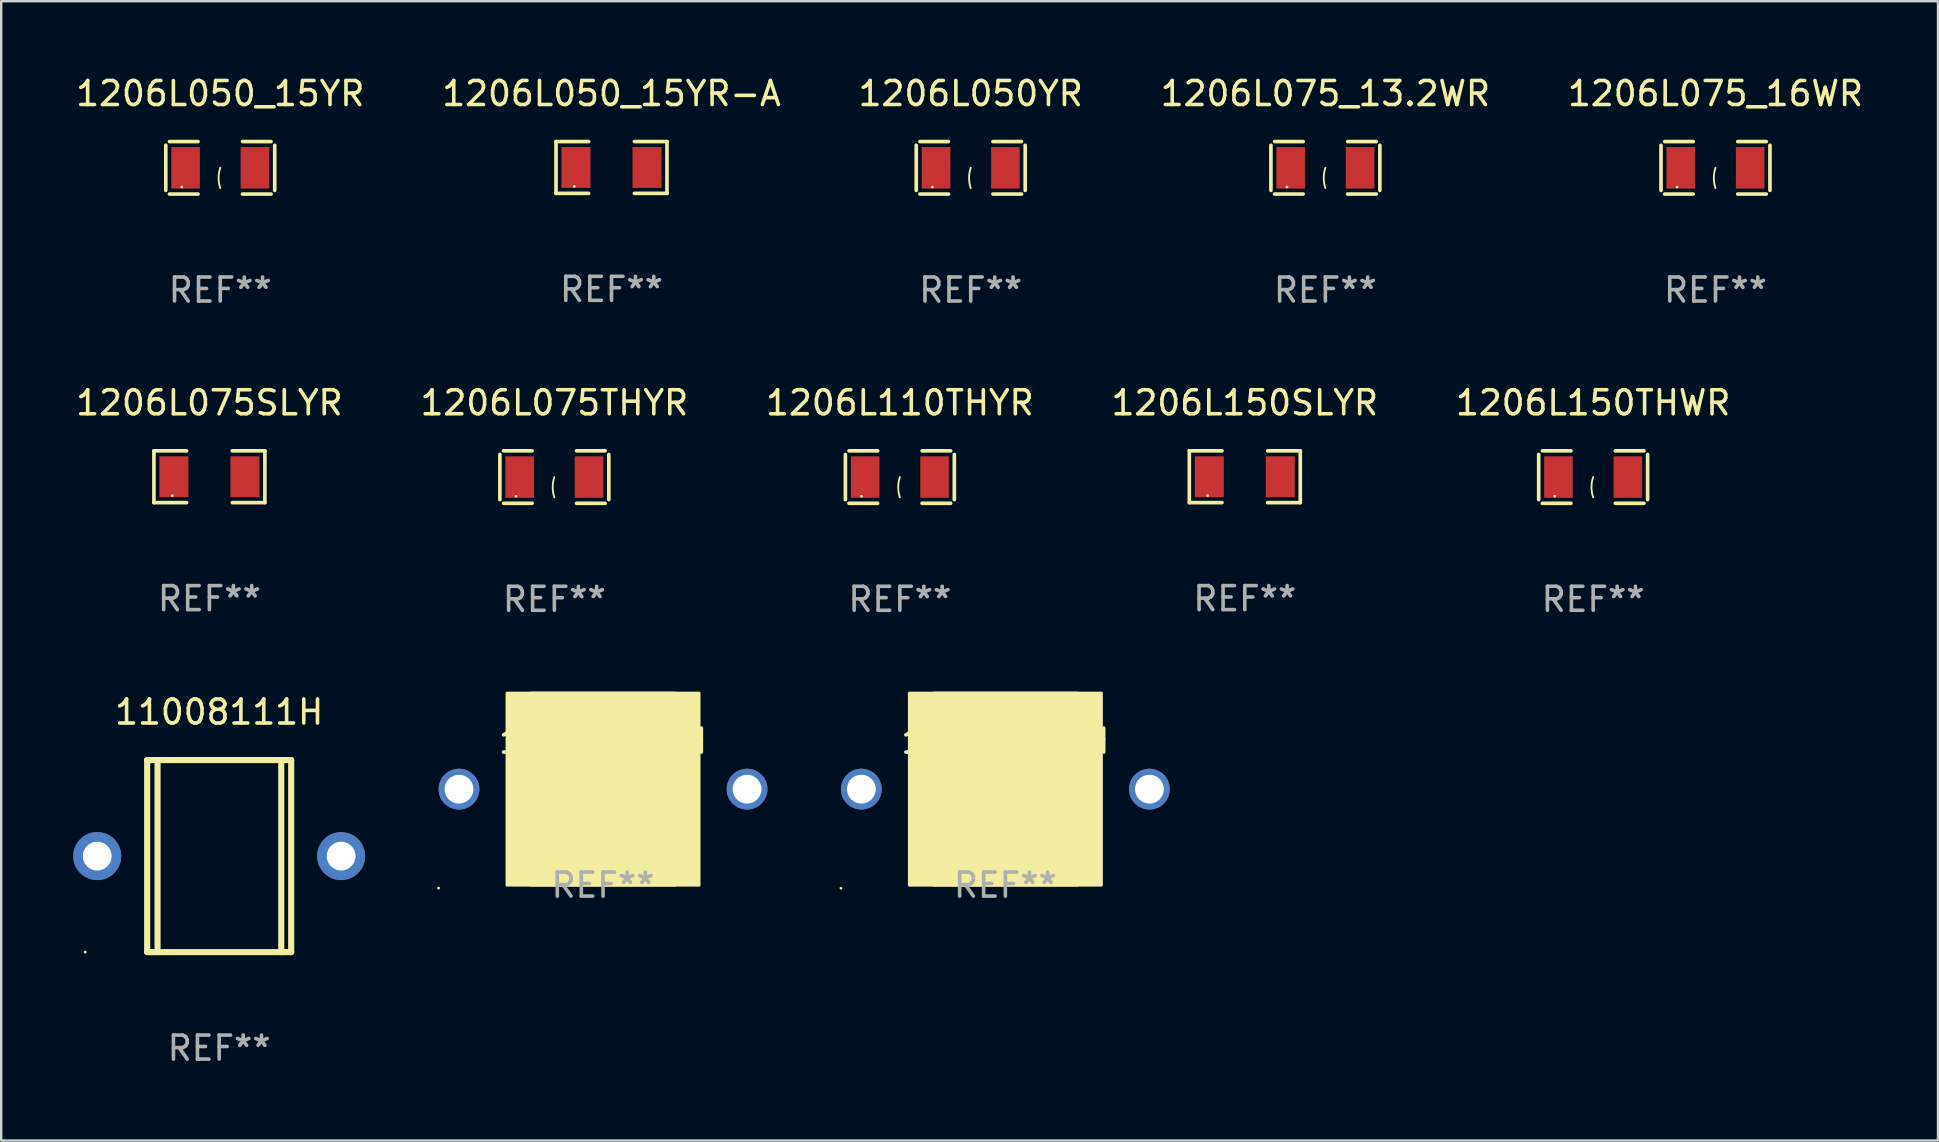
<source format=kicad_pcb>
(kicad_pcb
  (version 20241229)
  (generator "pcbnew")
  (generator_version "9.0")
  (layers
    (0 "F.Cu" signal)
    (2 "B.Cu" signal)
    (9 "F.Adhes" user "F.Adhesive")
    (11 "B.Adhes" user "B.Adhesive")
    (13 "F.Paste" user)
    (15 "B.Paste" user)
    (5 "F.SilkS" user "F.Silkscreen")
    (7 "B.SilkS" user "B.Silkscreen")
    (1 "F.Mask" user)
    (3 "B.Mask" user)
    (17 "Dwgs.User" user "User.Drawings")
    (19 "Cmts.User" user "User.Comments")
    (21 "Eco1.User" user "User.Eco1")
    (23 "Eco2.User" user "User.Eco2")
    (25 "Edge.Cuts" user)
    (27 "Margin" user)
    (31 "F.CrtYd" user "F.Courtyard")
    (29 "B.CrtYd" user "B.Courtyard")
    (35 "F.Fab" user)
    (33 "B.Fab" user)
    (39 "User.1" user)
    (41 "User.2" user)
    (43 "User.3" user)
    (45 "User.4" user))
  (footprint "1206L050_15YR-A"
    (layer "F.Cu")
    (at 22.423 3.927)
    (property "Reference" "1206L050_15YR-A" (at 0 -3.079 0) (layer "F.SilkS") (effects (font (size 1 1) (thickness 0.15))))
    (attr through_hole)
    (fp_line (start -2.311 -1.079) (end -0.951 -1.079) (stroke (width 0.152) (type solid)) (layer "F.SilkS"))
    (fp_line (start -2.311 1.079) (end -2.311 -1.079) (stroke (width 0.152) (type solid)) (layer "F.SilkS"))
    (fp_line (start -0.951 1.079) (end -2.311 1.079) (stroke (width 0.152) (type solid)) (layer "F.SilkS"))
    (fp_line (start 0.951 1.079) (end 2.311 1.079) (stroke (width 0.152) (type solid)) (layer "F.SilkS"))
    (fp_line (start 2.311 -1.079) (end 0.951 -1.079) (stroke (width 0.152) (type solid)) (layer "F.SilkS"))
    (fp_line (start 2.311 1.079) (end 2.311 -1.079) (stroke (width 0.152) (type solid)) (layer "F.SilkS"))
    (fp_circle (center -1.55 0.787) (end -1.52 0.787) (stroke (width 0.06) (type solid)) (fill no) (layer "F.SilkS"))
    (fp_text user "REF**" (at 0 5.079 0) (layer "F.Fab") (effects (font (size 1 1) (thickness 0.15))))
    (pad "1" smd rect (at -1.479 0) (size 1.208 1.701) (layers "F.Cu" "F.Mask" "F.Paste"))
    (pad "2" smd rect (at 1.479 0) (size 1.208 1.701) (layers "F.Cu" "F.Mask" "F.Paste")))
  (footprint "11010724H"
    (layer "F.Cu")
    (at 38.83 29.823)
    (property "Reference" "11010724H" (at 0 -2 0) (layer "F.SilkS") (effects (font (size 1 1) (thickness 0.15))))
    (attr through_hole)
    (fp_circle (center -6.85 4.127) (end -6.82 4.127) (stroke (width 0.06) (type solid)) (fill no) (layer "F.SilkS"))
    (fp_poly (pts (xy -4 -4) (xy 4 -4) (xy 4 4) (xy -4 4)) (stroke (width 0.12) (type solid)) (fill yes) (layer "F.SilkS"))
    (fp_poly (pts (xy -3 -4) (xy 3 -4) (xy 3 4) (xy -3 4)) (stroke (width 0.12) (type solid)) (fill yes) (layer "F.SilkS"))
    (fp_text user "REF**" (at 0 4 0) (layer "F.Fab") (effects (font (size 1 1) (thickness 0.15))))
    (pad "1" thru_hole circle (at -6 0) (size 1.7 1.7) (drill 1.2) (layers "*.Cu" "*.Mask"))
    (pad "2" thru_hole circle (at 6 0) (size 1.7 1.7) (drill 1.2) (layers "*.Cu" "*.Mask")))
  (footprint "1206L075_16WR"
    (layer "F.Cu")
    (at 68.411 3.941)
    (property "Reference" "1206L075_16WR" (at 0 -3.093 0) (layer "F.SilkS") (effects (font (size 1 1) (thickness 0.15))))
    (attr through_hole)
    (fp_line (start -2.269 -0.94) (end -2.269 0.94) (stroke (width 0.152) (type solid)) (layer "F.SilkS"))
    (fp_line (start -2.116 1.093) (end -0.926 1.093) (stroke (width 0.152) (type solid)) (layer "F.SilkS"))
    (fp_line (start -0.926 -1.093) (end -2.116 -1.093) (stroke (width 0.152) (type solid)) (layer "F.SilkS"))
    (fp_line (start 0.926 -1.093) (end 2.116 -1.093) (stroke (width 0.152) (type solid)) (layer "F.SilkS"))
    (fp_line (start 2.116 1.093) (end 0.926 1.093) (stroke (width 0.152) (type solid)) (layer "F.SilkS"))
    (fp_line (start 2.269 -0.94) (end 2.269 0.94) (stroke (width 0.152) (type solid)) (layer "F.SilkS"))
    (fp_arc (start 0 0.844951) (mid -0.068559 0.422475) (end 0 0) (stroke (width 0.0762) (type solid)) (layer "F.SilkS"))
    (fp_circle (center -1.6 0.8) (end -1.57 0.8) (stroke (width 0.06) (type solid)) (fill no) (layer "F.SilkS"))
    (fp_text user "REF**" (at 0 5.093 0) (layer "F.Fab") (effects (font (size 1 1) (thickness 0.15))))
    (pad "1" smd rect (at -1.445 0) (size 1.19 1.728) (layers "F.Cu" "F.Mask" "F.Paste"))
    (pad "2" smd rect (at 1.445 0) (size 1.19 1.728) (layers "F.Cu" "F.Mask" "F.Paste")))
  (footprint "1206L075_13.2WR"
    (layer "F.Cu")
    (at 52.161 3.941)
    (property "Reference" "1206L075_13.2WR" (at 0 -3.093 0) (layer "F.SilkS") (effects (font (size 1 1) (thickness 0.15))))
    (attr through_hole)
    (fp_line (start -2.269 -0.94) (end -2.269 0.94) (stroke (width 0.152) (type solid)) (layer "F.SilkS"))
    (fp_line (start -2.116 1.093) (end -0.926 1.093) (stroke (width 0.152) (type solid)) (layer "F.SilkS"))
    (fp_line (start -0.926 -1.093) (end -2.116 -1.093) (stroke (width 0.152) (type solid)) (layer "F.SilkS"))
    (fp_line (start 0.926 -1.093) (end 2.116 -1.093) (stroke (width 0.152) (type solid)) (layer "F.SilkS"))
    (fp_line (start 2.116 1.093) (end 0.926 1.093) (stroke (width 0.152) (type solid)) (layer "F.SilkS"))
    (fp_line (start 2.269 -0.94) (end 2.269 0.94) (stroke (width 0.152) (type solid)) (layer "F.SilkS"))
    (fp_arc (start 0 0.844951) (mid -0.068559 0.422475) (end 0 0) (stroke (width 0.0762) (type solid)) (layer "F.SilkS"))
    (fp_circle (center -1.6 0.8) (end -1.57 0.8) (stroke (width 0.06) (type solid)) (fill no) (layer "F.SilkS"))
    (fp_text user "REF**" (at 0 5.093 0) (layer "F.Fab") (effects (font (size 1 1) (thickness 0.15))))
    (pad "1" smd rect (at -1.445 0) (size 1.19 1.728) (layers "F.Cu" "F.Mask" "F.Paste"))
    (pad "2" smd rect (at 1.445 0) (size 1.19 1.728) (layers "F.Cu" "F.Mask" "F.Paste")))
  (footprint "1206L150SLYR"
    (layer "F.Cu")
    (at 48.804 16.809)
    (property "Reference" "1206L150SLYR" (at 0 -3.079 0) (layer "F.SilkS") (effects (font (size 1 1) (thickness 0.15))))
    (attr through_hole)
    (fp_line (start -2.311 -1.079) (end -0.951 -1.079) (stroke (width 0.152) (type solid)) (layer "F.SilkS"))
    (fp_line (start -2.311 1.079) (end -2.311 -1.079) (stroke (width 0.152) (type solid)) (layer "F.SilkS"))
    (fp_line (start -0.951 1.079) (end -2.311 1.079) (stroke (width 0.152) (type solid)) (layer "F.SilkS"))
    (fp_line (start 0.951 1.079) (end 2.311 1.079) (stroke (width 0.152) (type solid)) (layer "F.SilkS"))
    (fp_line (start 2.311 -1.079) (end 0.951 -1.079) (stroke (width 0.152) (type solid)) (layer "F.SilkS"))
    (fp_line (start 2.311 1.079) (end 2.311 -1.079) (stroke (width 0.152) (type solid)) (layer "F.SilkS"))
    (fp_circle (center -1.55 0.787) (end -1.52 0.787) (stroke (width 0.06) (type solid)) (fill no) (layer "F.SilkS"))
    (fp_text user "REF**" (at 0 5.079 0) (layer "F.Fab") (effects (font (size 1 1) (thickness 0.15))))
    (pad "1" smd rect (at -1.479 0) (size 1.208 1.701) (layers "F.Cu" "F.Mask" "F.Paste"))
    (pad "2" smd rect (at 1.479 0) (size 1.208 1.701) (layers "F.Cu" "F.Mask" "F.Paste")))
  (footprint "1206L050_15YR"
    (layer "F.Cu")
    (at 6.125 3.941)
    (property "Reference" "1206L050_15YR" (at 0 -3.093 0) (layer "F.SilkS") (effects (font (size 1 1) (thickness 0.15))))
    (attr through_hole)
    (fp_line (start -2.269 -0.94) (end -2.269 0.94) (stroke (width 0.152) (type solid)) (layer "F.SilkS"))
    (fp_line (start -2.116 1.093) (end -0.926 1.093) (stroke (width 0.152) (type solid)) (layer "F.SilkS"))
    (fp_line (start -0.926 -1.093) (end -2.116 -1.093) (stroke (width 0.152) (type solid)) (layer "F.SilkS"))
    (fp_line (start 0.926 -1.093) (end 2.116 -1.093) (stroke (width 0.152) (type solid)) (layer "F.SilkS"))
    (fp_line (start 2.116 1.093) (end 0.926 1.093) (stroke (width 0.152) (type solid)) (layer "F.SilkS"))
    (fp_line (start 2.269 -0.94) (end 2.269 0.94) (stroke (width 0.152) (type solid)) (layer "F.SilkS"))
    (fp_arc (start 0 0.844951) (mid -0.068559 0.422475) (end 0 0) (stroke (width 0.0762) (type solid)) (layer "F.SilkS"))
    (fp_circle (center -1.6 0.8) (end -1.57 0.8) (stroke (width 0.06) (type solid)) (fill no) (layer "F.SilkS"))
    (fp_text user "REF**" (at 0 5.093 0) (layer "F.Fab") (effects (font (size 1 1) (thickness 0.15))))
    (pad "1" smd rect (at -1.445 0) (size 1.19 1.728) (layers "F.Cu" "F.Mask" "F.Paste"))
    (pad "2" smd rect (at 1.445 0) (size 1.19 1.728) (layers "F.Cu" "F.Mask" "F.Paste")))
  (footprint "11008111H"
    (layer "F.Cu")
    (at 6.08 32.612)
    (property "Reference" "11008111H" (at 0 -6 0) (layer "F.SilkS") (effects (font (size 1 1) (thickness 0.15))))
    (attr through_hole)
    (fp_line (start -3 -4) (end -3 4) (stroke (width 0.254) (type solid)) (layer "F.SilkS"))
    (fp_line (start -3 -4) (end 3 -4) (stroke (width 0.254) (type solid)) (layer "F.SilkS"))
    (fp_line (start -3 4) (end 3 4) (stroke (width 0.254) (type solid)) (layer "F.SilkS"))
    (fp_line (start -2.567 -4) (end -2.567 4) (stroke (width 0.254) (type solid)) (layer "F.SilkS"))
    (fp_line (start 2.586 -4) (end 2.586 4) (stroke (width 0.254) (type solid)) (layer "F.SilkS"))
    (fp_line (start 3 -4) (end 3 4) (stroke (width 0.254) (type solid)) (layer "F.SilkS"))
    (fp_circle (center -5.58 4) (end -5.55 4) (stroke (width 0.06) (type solid)) (fill no) (layer "F.SilkS"))
    (fp_text user "REF**" (at 0 8 0) (layer "F.Fab") (effects (font (size 1 1) (thickness 0.15))))
    (pad "1" thru_hole circle (at -5.08 0) (size 2 2) (drill 1.2) (layers "*.Cu" "*.Mask"))
    (pad "2" thru_hole circle (at 5.08 0) (size 2 2) (drill 1.2) (layers "*.Cu" "*.Mask")))
  (footprint "1206L075THYR"
    (layer "F.Cu")
    (at 20.042 16.823)
    (property "Reference" "1206L075THYR" (at 0 -3.093 0) (layer "F.SilkS") (effects (font (size 1 1) (thickness 0.15))))
    (attr through_hole)
    (fp_line (start -2.269 -0.94) (end -2.269 0.94) (stroke (width 0.152) (type solid)) (layer "F.SilkS"))
    (fp_line (start -2.116 1.093) (end -0.926 1.093) (stroke (width 0.152) (type solid)) (layer "F.SilkS"))
    (fp_line (start -0.926 -1.093) (end -2.116 -1.093) (stroke (width 0.152) (type solid)) (layer "F.SilkS"))
    (fp_line (start 0.926 -1.093) (end 2.116 -1.093) (stroke (width 0.152) (type solid)) (layer "F.SilkS"))
    (fp_line (start 2.116 1.093) (end 0.926 1.093) (stroke (width 0.152) (type solid)) (layer "F.SilkS"))
    (fp_line (start 2.269 -0.94) (end 2.269 0.94) (stroke (width 0.152) (type solid)) (layer "F.SilkS"))
    (fp_arc (start 0 0.844951) (mid -0.068559 0.422475) (end 0 0) (stroke (width 0.0762) (type solid)) (layer "F.SilkS"))
    (fp_circle (center -1.6 0.8) (end -1.57 0.8) (stroke (width 0.06) (type solid)) (fill no) (layer "F.SilkS"))
    (fp_text user "REF**" (at 0 5.093 0) (layer "F.Fab") (effects (font (size 1 1) (thickness 0.15))))
    (pad "1" smd rect (at -1.445 0) (size 1.19 1.728) (layers "F.Cu" "F.Mask" "F.Paste"))
    (pad "2" smd rect (at 1.445 0) (size 1.19 1.728) (layers "F.Cu" "F.Mask" "F.Paste")))
  (footprint "1206L075SLYR"
    (layer "F.Cu")
    (at 5.673 16.809)
    (property "Reference" "1206L075SLYR" (at 0 -3.079 0) (layer "F.SilkS") (effects (font (size 1 1) (thickness 0.15))))
    (attr through_hole)
    (fp_line (start -2.311 -1.079) (end -0.951 -1.079) (stroke (width 0.152) (type solid)) (layer "F.SilkS"))
    (fp_line (start -2.311 1.079) (end -2.311 -1.079) (stroke (width 0.152) (type solid)) (layer "F.SilkS"))
    (fp_line (start -0.951 1.079) (end -2.311 1.079) (stroke (width 0.152) (type solid)) (layer "F.SilkS"))
    (fp_line (start 0.951 1.079) (end 2.311 1.079) (stroke (width 0.152) (type solid)) (layer "F.SilkS"))
    (fp_line (start 2.311 -1.079) (end 0.951 -1.079) (stroke (width 0.152) (type solid)) (layer "F.SilkS"))
    (fp_line (start 2.311 1.079) (end 2.311 -1.079) (stroke (width 0.152) (type solid)) (layer "F.SilkS"))
    (fp_circle (center -1.55 0.787) (end -1.52 0.787) (stroke (width 0.06) (type solid)) (fill no) (layer "F.SilkS"))
    (fp_text user "REF**" (at 0 5.079 0) (layer "F.Fab") (effects (font (size 1 1) (thickness 0.15))))
    (pad "1" smd rect (at -1.479 0) (size 1.208 1.701) (layers "F.Cu" "F.Mask" "F.Paste"))
    (pad "2" smd rect (at 1.479 0) (size 1.208 1.701) (layers "F.Cu" "F.Mask" "F.Paste")))
  (footprint "1206L150THWR"
    (layer "F.Cu")
    (at 63.315 16.823)
    (property "Reference" "1206L150THWR" (at 0 -3.093 0) (layer "F.SilkS") (effects (font (size 1 1) (thickness 0.15))))
    (attr through_hole)
    (fp_line (start -2.269 -0.94) (end -2.269 0.94) (stroke (width 0.152) (type solid)) (layer "F.SilkS"))
    (fp_line (start -2.116 1.093) (end -0.926 1.093) (stroke (width 0.152) (type solid)) (layer "F.SilkS"))
    (fp_line (start -0.926 -1.093) (end -2.116 -1.093) (stroke (width 0.152) (type solid)) (layer "F.SilkS"))
    (fp_line (start 0.926 -1.093) (end 2.116 -1.093) (stroke (width 0.152) (type solid)) (layer "F.SilkS"))
    (fp_line (start 2.116 1.093) (end 0.926 1.093) (stroke (width 0.152) (type solid)) (layer "F.SilkS"))
    (fp_line (start 2.269 -0.94) (end 2.269 0.94) (stroke (width 0.152) (type solid)) (layer "F.SilkS"))
    (fp_arc (start 0 0.844951) (mid -0.068559 0.422475) (end 0 0) (stroke (width 0.0762) (type solid)) (layer "F.SilkS"))
    (fp_circle (center -1.6 0.8) (end -1.57 0.8) (stroke (width 0.06) (type solid)) (fill no) (layer "F.SilkS"))
    (fp_text user "REF**" (at 0 5.093 0) (layer "F.Fab") (effects (font (size 1 1) (thickness 0.15))))
    (pad "1" smd rect (at -1.445 0) (size 1.19 1.728) (layers "F.Cu" "F.Mask" "F.Paste"))
    (pad "2" smd rect (at 1.445 0) (size 1.19 1.728) (layers "F.Cu" "F.Mask" "F.Paste")))
  (footprint "11008911H"
    (layer "F.Cu")
    (at 22.07 29.823)
    (property "Reference" "11008911H" (at 0 -2 0) (layer "F.SilkS") (effects (font (size 1 1) (thickness 0.15))))
    (attr through_hole)
    (fp_circle (center -6.85 4.127) (end -6.82 4.127) (stroke (width 0.06) (type solid)) (fill no) (layer "F.SilkS"))
    (fp_poly (pts (xy -4 -4) (xy 4 -4) (xy 4 4) (xy -4 4)) (stroke (width 0.12) (type solid)) (fill yes) (layer "F.SilkS"))
    (fp_poly (pts (xy -3 -4) (xy 3 -4) (xy 3 4) (xy -3 4)) (stroke (width 0.12) (type solid)) (fill yes) (layer "F.SilkS"))
    (fp_text user "REF**" (at 0 4 0) (layer "F.Fab") (effects (font (size 1 1) (thickness 0.15))))
    (pad "1" thru_hole circle (at -6 0) (size 1.7 1.7) (drill 1.2) (layers "*.Cu" "*.Mask"))
    (pad "2" thru_hole circle (at 6 0) (size 1.7 1.7) (drill 1.2) (layers "*.Cu" "*.Mask")))
  (footprint "1206L050YR"
    (layer "F.Cu")
    (at 37.387 3.941)
    (property "Reference" "1206L050YR" (at 0 -3.093 0) (layer "F.SilkS") (effects (font (size 1 1) (thickness 0.15))))
    (attr through_hole)
    (fp_line (start -2.269 -0.94) (end -2.269 0.94) (stroke (width 0.152) (type solid)) (layer "F.SilkS"))
    (fp_line (start -2.116 1.093) (end -0.926 1.093) (stroke (width 0.152) (type solid)) (layer "F.SilkS"))
    (fp_line (start -0.926 -1.093) (end -2.116 -1.093) (stroke (width 0.152) (type solid)) (layer "F.SilkS"))
    (fp_line (start 0.926 -1.093) (end 2.116 -1.093) (stroke (width 0.152) (type solid)) (layer "F.SilkS"))
    (fp_line (start 2.116 1.093) (end 0.926 1.093) (stroke (width 0.152) (type solid)) (layer "F.SilkS"))
    (fp_line (start 2.269 -0.94) (end 2.269 0.94) (stroke (width 0.152) (type solid)) (layer "F.SilkS"))
    (fp_arc (start 0 0.844951) (mid -0.068559 0.422475) (end 0 0) (stroke (width 0.0762) (type solid)) (layer "F.SilkS"))
    (fp_circle (center -1.6 0.8) (end -1.57 0.8) (stroke (width 0.06) (type solid)) (fill no) (layer "F.SilkS"))
    (fp_text user "REF**" (at 0 5.093 0) (layer "F.Fab") (effects (font (size 1 1) (thickness 0.15))))
    (pad "1" smd rect (at -1.445 0) (size 1.19 1.728) (layers "F.Cu" "F.Mask" "F.Paste"))
    (pad "2" smd rect (at 1.445 0) (size 1.19 1.728) (layers "F.Cu" "F.Mask" "F.Paste")))
  (footprint "1206L110THYR"
    (layer "F.Cu")
    (at 34.435 16.823)
    (property "Reference" "1206L110THYR" (at 0 -3.093 0) (layer "F.SilkS") (effects (font (size 1 1) (thickness 0.15))))
    (attr through_hole)
    (fp_line (start -2.269 -0.94) (end -2.269 0.94) (stroke (width 0.152) (type solid)) (layer "F.SilkS"))
    (fp_line (start -2.116 1.093) (end -0.926 1.093) (stroke (width 0.152) (type solid)) (layer "F.SilkS"))
    (fp_line (start -0.926 -1.093) (end -2.116 -1.093) (stroke (width 0.152) (type solid)) (layer "F.SilkS"))
    (fp_line (start 0.926 -1.093) (end 2.116 -1.093) (stroke (width 0.152) (type solid)) (layer "F.SilkS"))
    (fp_line (start 2.116 1.093) (end 0.926 1.093) (stroke (width 0.152) (type solid)) (layer "F.SilkS"))
    (fp_line (start 2.269 -0.94) (end 2.269 0.94) (stroke (width 0.152) (type solid)) (layer "F.SilkS"))
    (fp_arc (start 0 0.844951) (mid -0.068559 0.422475) (end 0 0) (stroke (width 0.0762) (type solid)) (layer "F.SilkS"))
    (fp_circle (center -1.6 0.8) (end -1.57 0.8) (stroke (width 0.06) (type solid)) (fill no) (layer "F.SilkS"))
    (fp_text user "REF**" (at 0 5.093 0) (layer "F.Fab") (effects (font (size 1 1) (thickness 0.15))))
    (pad "1" smd rect (at -1.445 0) (size 1.19 1.728) (layers "F.Cu" "F.Mask" "F.Paste"))
    (pad "2" smd rect (at 1.445 0) (size 1.19 1.728) (layers "F.Cu" "F.Mask" "F.Paste")))
  (gr_rect
    (start -3 -3)
    (end 77.679 44.46)
    (stroke (width 0.1) (type default))
    (fill no)
    (layer "Edge.Cuts")))
</source>
